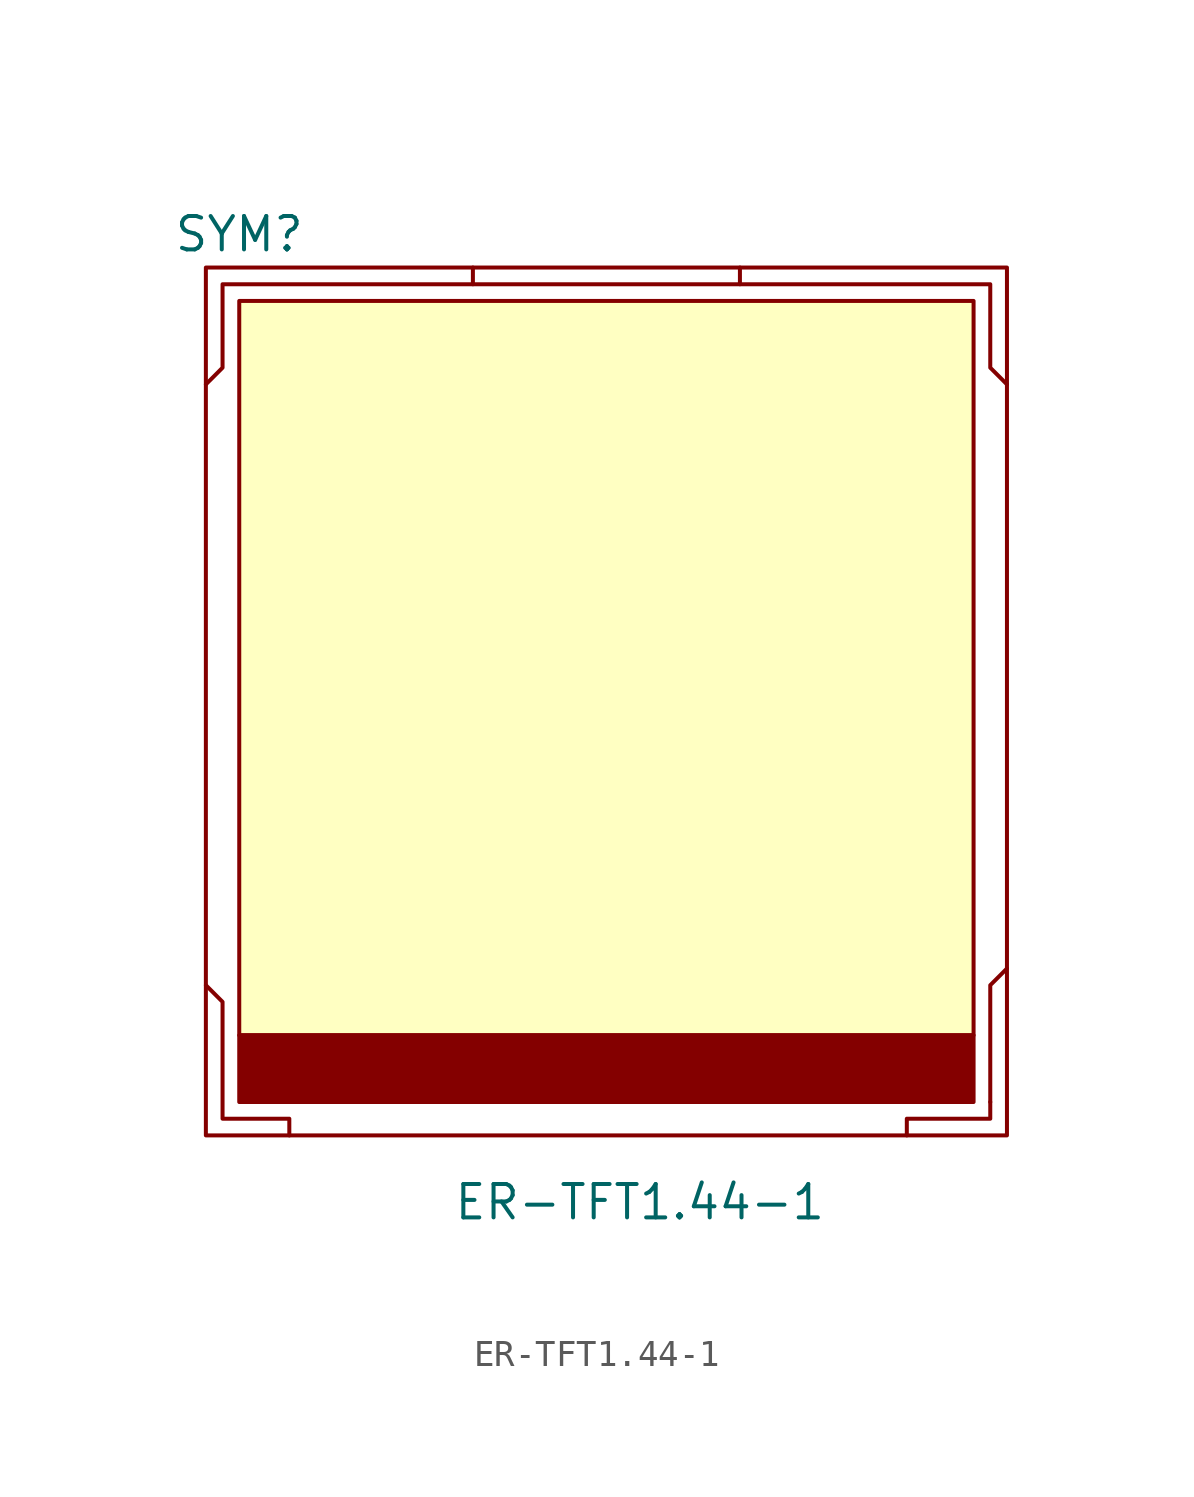
<source format=kicad_sym>
(kicad_symbol_lib
  (version 20220914)
  (generator kicad_symbol_editor)
  (symbol "ER-TFT1.44-1"
    (pin_names
      (offset 0))
    (property "Reference" "SYM"
      (at -13.97 17.78 0)
      (effects (font (size 1.27 1.27))))
    (property "Value" "ER-TFT1.44-1"
      (at 1.27 -19.05 0)
      (effects (font (size 1.27 1.27))))
    (symbol "ER-TFT1.44-1_0_1"
      (rectangle (start -15.24 16.51) (end 15.24 -16.51) (stroke (width 0) (type solid)) (fill (type none)))
      (rectangle (start -13.97 -12.7) (end 13.97 -15.24) (stroke (width 0) (type solid)) (fill (type outline)))
      (rectangle (start -13.97 15.24) (end 13.97 -12.7) (stroke (width 0) (type solid)) (fill (type background)))
      (polyline (pts (xy 14.605 -15.24) (xy 14.605 -10.795) (xy 15.24 -10.16)) (stroke (width 0) (type solid)) (fill (type none)))
      (polyline (pts (xy -5.08 15.875) (xy -14.605 15.875) (xy -14.605 12.7) (xy -15.24 12.065)) (stroke (width 0) (type solid)) (fill (type none)))
      (polyline (pts (xy -5.08 16.51) (xy -5.08 15.875) (xy 5.08 15.875) (xy 5.08 16.51)) (stroke (width 0) (type solid)) (fill (type none)))
      (polyline (pts (xy 5.08 15.875) (xy 14.605 15.875) (xy 14.605 12.7) (xy 15.24 12.065)) (stroke (width 0) (type solid)) (fill (type none)))
      (polyline (pts (xy 14.605 -15.24) (xy 14.605 -15.875) (xy 11.43 -15.875) (xy 11.43 -16.51)) (stroke (width 0) (type solid)) (fill (type none)))
      (polyline (pts (xy -15.24 -10.795) (xy -14.605 -11.43) (xy -14.605 -15.875) (xy -12.065 -15.875) (xy -12.065 -16.51)) (stroke (width 0) (type solid)) (fill (type none))))))
</source>
